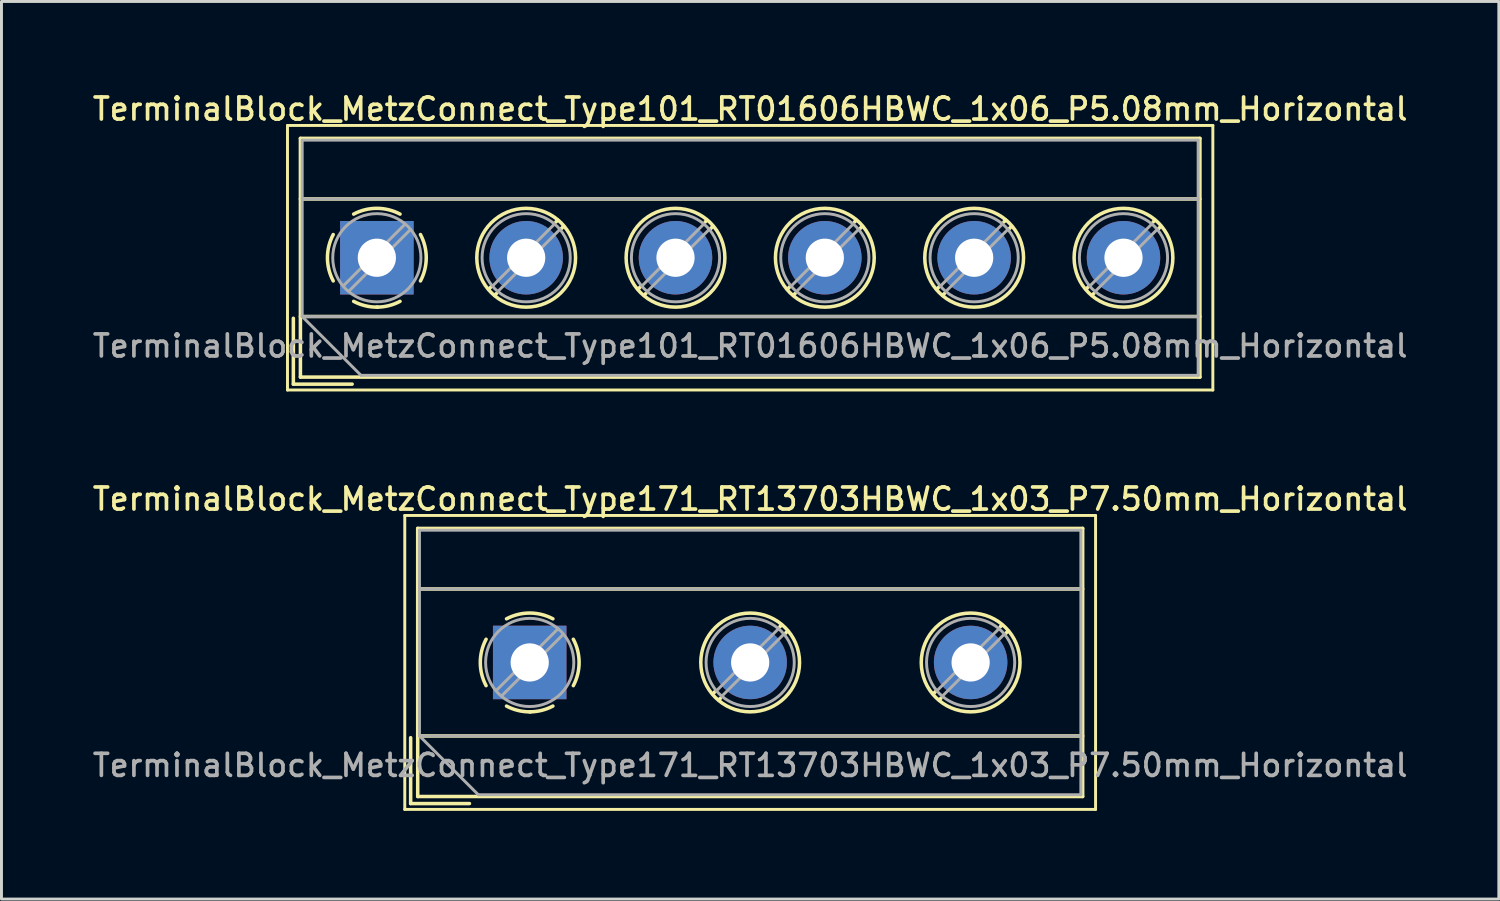
<source format=kicad_pcb>
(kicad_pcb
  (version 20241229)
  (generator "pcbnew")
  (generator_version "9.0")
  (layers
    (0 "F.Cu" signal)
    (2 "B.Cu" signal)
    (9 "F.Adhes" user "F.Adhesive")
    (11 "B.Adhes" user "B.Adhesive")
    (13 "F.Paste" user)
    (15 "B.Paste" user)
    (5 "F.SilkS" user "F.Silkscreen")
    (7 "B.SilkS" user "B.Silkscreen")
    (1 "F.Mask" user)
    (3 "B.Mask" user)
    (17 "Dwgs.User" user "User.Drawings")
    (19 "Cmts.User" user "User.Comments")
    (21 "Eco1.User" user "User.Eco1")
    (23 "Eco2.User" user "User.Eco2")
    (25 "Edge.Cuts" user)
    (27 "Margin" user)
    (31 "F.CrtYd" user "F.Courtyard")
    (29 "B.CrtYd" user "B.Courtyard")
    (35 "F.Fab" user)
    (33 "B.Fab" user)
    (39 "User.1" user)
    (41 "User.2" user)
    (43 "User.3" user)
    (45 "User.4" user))
  (footprint "TerminalBlock_MetzConnect_Type171_RT13703HBWC_1x03_P7.50mm_Horizontal"
    (layer "F.Cu")
    (at 14.97 19.486)
    (property "Reference" "TerminalBlock_MetzConnect_Type171_RT13703HBWC_1x03_P7.50mm_Horizontal" (at 7.5 -5.56 0) (layer "F.SilkS") (effects (font (size 0.75 0.75) (thickness 0.125))))
    (attr through_hole)
    (fp_line (start -4.25 -5) (end -4.25 5) (stroke (width 0.1) (type solid)) (layer "F.SilkS"))
    (fp_line (start -4.25 5) (end 19.25 5) (stroke (width 0.1) (type solid)) (layer "F.SilkS"))
    (fp_line (start -4.05 2.56) (end -4.05 4.8) (stroke (width 0.12) (type solid)) (layer "F.SilkS"))
    (fp_line (start -4.05 4.8) (end -2.05 4.8) (stroke (width 0.12) (type solid)) (layer "F.SilkS"))
    (fp_line (start -3.81 -4.56) (end -3.81 4.56) (stroke (width 0.12) (type solid)) (layer "F.SilkS"))
    (fp_line (start -3.81 -4.56) (end 18.811 -4.56) (stroke (width 0.12) (type solid)) (layer "F.SilkS"))
    (fp_line (start -3.81 -2.5) (end 18.811 -2.5) (stroke (width 0.12) (type solid)) (layer "F.SilkS"))
    (fp_line (start -3.81 2.5) (end 18.811 2.5) (stroke (width 0.12) (type solid)) (layer "F.SilkS"))
    (fp_line (start -3.81 4.56) (end 18.811 4.56) (stroke (width 0.12) (type solid)) (layer "F.SilkS"))
    (fp_line (start 6.32 0.976) (end 6.226 1.069) (stroke (width 0.12) (type solid)) (layer "F.SilkS"))
    (fp_line (start 6.49 1.216) (end 6.431 1.274) (stroke (width 0.12) (type solid)) (layer "F.SilkS"))
    (fp_line (start 8.57 -1.275) (end 8.511 -1.216) (stroke (width 0.12) (type solid)) (layer "F.SilkS"))
    (fp_line (start 8.775 -1.069) (end 8.681 -0.976) (stroke (width 0.12) (type solid)) (layer "F.SilkS"))
    (fp_line (start 13.82 0.976) (end 13.726 1.069) (stroke (width 0.12) (type solid)) (layer "F.SilkS"))
    (fp_line (start 13.99 1.216) (end 13.931 1.274) (stroke (width 0.12) (type solid)) (layer "F.SilkS"))
    (fp_line (start 16.07 -1.275) (end 16.011 -1.216) (stroke (width 0.12) (type solid)) (layer "F.SilkS"))
    (fp_line (start 16.275 -1.069) (end 16.181 -0.976) (stroke (width 0.12) (type solid)) (layer "F.SilkS"))
    (fp_line (start 18.811 -4.56) (end 18.811 4.56) (stroke (width 0.12) (type solid)) (layer "F.SilkS"))
    (fp_line (start 19.25 -5) (end -4.25 -5) (stroke (width 0.1) (type solid)) (layer "F.SilkS"))
    (fp_line (start 19.25 5) (end 19.25 -5) (stroke (width 0.1) (type solid)) (layer "F.SilkS"))
    (fp_arc (start -1.483953 0.789089) (mid -1.680708 0.00005) (end -1.484 -0.789) (stroke (width 0.12) (type solid)) (layer "F.SilkS"))
    (fp_arc (start -0.789089 -1.483953) (mid -0.00005 -1.680708) (end 0.789 -1.484) (stroke (width 0.12) (type solid)) (layer "F.SilkS"))
    (fp_arc (start 0.029383 1.68045) (mid -0.392304 1.634281) (end -0.789 1.484) (stroke (width 0.12) (type solid)) (layer "F.SilkS"))
    (fp_arc (start 0.788712 1.483352) (mid 0.406429 1.630097) (end 0 1.68) (stroke (width 0.12) (type solid)) (layer "F.SilkS"))
    (fp_arc (start 1.483953 -0.789089) (mid 1.680708 -0.00005) (end 1.484 0.789) (stroke (width 0.12) (type solid)) (layer "F.SilkS"))
    (fp_circle (center 7.5 0) (end 9.18 0) (stroke (width 0.12) (type solid)) (fill no) (layer "F.SilkS"))
    (fp_circle (center 15 0) (end 16.68 0) (stroke (width 0.12) (type solid)) (fill no) (layer "F.SilkS"))
    (fp_line (start -3.75 -4.5) (end 18.75 -4.5) (stroke (width 0.1) (type solid)) (layer "F.Fab"))
    (fp_line (start -3.75 -2.5) (end 18.75 -2.5) (stroke (width 0.1) (type solid)) (layer "F.Fab"))
    (fp_line (start -3.75 2.5) (end -3.75 -4.5) (stroke (width 0.1) (type solid)) (layer "F.Fab"))
    (fp_line (start -3.75 2.5) (end 18.75 2.5) (stroke (width 0.1) (type solid)) (layer "F.Fab"))
    (fp_line (start -1.75 4.5) (end -3.75 2.5) (stroke (width 0.1) (type solid)) (layer "F.Fab"))
    (fp_line (start 0.955 -1.138) (end -1.138 0.955) (stroke (width 0.1) (type solid)) (layer "F.Fab"))
    (fp_line (start 1.138 -0.955) (end -0.955 1.138) (stroke (width 0.1) (type solid)) (layer "F.Fab"))
    (fp_line (start 8.455 -1.138) (end 6.363 0.955) (stroke (width 0.1) (type solid)) (layer "F.Fab"))
    (fp_line (start 8.638 -0.955) (end 6.546 1.138) (stroke (width 0.1) (type solid)) (layer "F.Fab"))
    (fp_line (start 15.955 -1.138) (end 13.863 0.955) (stroke (width 0.1) (type solid)) (layer "F.Fab"))
    (fp_line (start 16.138 -0.955) (end 14.046 1.138) (stroke (width 0.1) (type solid)) (layer "F.Fab"))
    (fp_line (start 18.75 -4.5) (end 18.75 4.5) (stroke (width 0.1) (type solid)) (layer "F.Fab"))
    (fp_line (start 18.75 4.5) (end -1.75 4.5) (stroke (width 0.1) (type solid)) (layer "F.Fab"))
    (fp_circle (center 0 0) (end 1.5 0) (stroke (width 0.1) (type solid)) (fill no) (layer "F.Fab"))
    (fp_circle (center 7.5 0) (end 9 0) (stroke (width 0.1) (type solid)) (fill no) (layer "F.Fab"))
    (fp_circle (center 15 0) (end 16.5 0) (stroke (width 0.1) (type solid)) (fill no) (layer "F.Fab"))
    (fp_text user "${REFERENCE}" (at 7.5 3.5 0) (layer "F.Fab") (effects (font (size 0.75 0.75) (thickness 0.125))))
    (pad "1" thru_hole rect (at 0 0) (size 2.5 2.5) (drill 1.3) (layers "*.Cu" "*.Mask"))
    (pad "2" thru_hole circle (at 7.5 0) (size 2.5 2.5) (drill 1.3) (layers "*.Cu" "*.Mask"))
    (pad "3" thru_hole circle (at 15 0) (size 2.5 2.5) (drill 1.3) (layers "*.Cu" "*.Mask")))
  (footprint "TerminalBlock_MetzConnect_Type101_RT01606HBWC_1x06_P5.08mm_Horizontal"
    (layer "F.Cu")
    (at 9.77 5.718)
    (property "Reference" "TerminalBlock_MetzConnect_Type101_RT01606HBWC_1x06_P5.08mm_Horizontal" (at 12.7 -5.06 0) (layer "F.SilkS") (effects (font (size 0.75 0.75) (thickness 0.125))))
    (attr through_hole)
    (fp_line (start -3.04 -4.5) (end -3.04 4.5) (stroke (width 0.1) (type solid)) (layer "F.SilkS"))
    (fp_line (start -3.04 4.5) (end 28.44 4.5) (stroke (width 0.1) (type solid)) (layer "F.SilkS"))
    (fp_line (start -2.84 2.06) (end -2.84 4.3) (stroke (width 0.12) (type solid)) (layer "F.SilkS"))
    (fp_line (start -2.84 4.3) (end -0.84 4.3) (stroke (width 0.12) (type solid)) (layer "F.SilkS"))
    (fp_line (start -2.6 -4.06) (end -2.6 4.06) (stroke (width 0.12) (type solid)) (layer "F.SilkS"))
    (fp_line (start -2.6 -4.06) (end 28 -4.06) (stroke (width 0.12) (type solid)) (layer "F.SilkS"))
    (fp_line (start -2.6 -2) (end 28 -2) (stroke (width 0.12) (type solid)) (layer "F.SilkS"))
    (fp_line (start -2.6 2) (end 28 2) (stroke (width 0.12) (type solid)) (layer "F.SilkS"))
    (fp_line (start -2.6 4.06) (end 28 4.06) (stroke (width 0.12) (type solid)) (layer "F.SilkS"))
    (fp_line (start 3.9 0.976) (end 3.806 1.069) (stroke (width 0.12) (type solid)) (layer "F.SilkS"))
    (fp_line (start 4.07 1.216) (end 4.011 1.274) (stroke (width 0.12) (type solid)) (layer "F.SilkS"))
    (fp_line (start 6.15 -1.275) (end 6.091 -1.216) (stroke (width 0.12) (type solid)) (layer "F.SilkS"))
    (fp_line (start 6.355 -1.069) (end 6.261 -0.976) (stroke (width 0.12) (type solid)) (layer "F.SilkS"))
    (fp_line (start 8.98 0.976) (end 8.886 1.069) (stroke (width 0.12) (type solid)) (layer "F.SilkS"))
    (fp_line (start 9.15 1.216) (end 9.091 1.274) (stroke (width 0.12) (type solid)) (layer "F.SilkS"))
    (fp_line (start 11.23 -1.275) (end 11.171 -1.216) (stroke (width 0.12) (type solid)) (layer "F.SilkS"))
    (fp_line (start 11.435 -1.069) (end 11.341 -0.976) (stroke (width 0.12) (type solid)) (layer "F.SilkS"))
    (fp_line (start 14.06 0.976) (end 13.966 1.069) (stroke (width 0.12) (type solid)) (layer "F.SilkS"))
    (fp_line (start 14.23 1.216) (end 14.171 1.274) (stroke (width 0.12) (type solid)) (layer "F.SilkS"))
    (fp_line (start 16.31 -1.275) (end 16.251 -1.216) (stroke (width 0.12) (type solid)) (layer "F.SilkS"))
    (fp_line (start 16.515 -1.069) (end 16.421 -0.976) (stroke (width 0.12) (type solid)) (layer "F.SilkS"))
    (fp_line (start 19.14 0.976) (end 19.046 1.069) (stroke (width 0.12) (type solid)) (layer "F.SilkS"))
    (fp_line (start 19.31 1.216) (end 19.251 1.274) (stroke (width 0.12) (type solid)) (layer "F.SilkS"))
    (fp_line (start 21.39 -1.275) (end 21.331 -1.216) (stroke (width 0.12) (type solid)) (layer "F.SilkS"))
    (fp_line (start 21.595 -1.069) (end 21.501 -0.976) (stroke (width 0.12) (type solid)) (layer "F.SilkS"))
    (fp_line (start 24.22 0.976) (end 24.126 1.069) (stroke (width 0.12) (type solid)) (layer "F.SilkS"))
    (fp_line (start 24.39 1.216) (end 24.331 1.274) (stroke (width 0.12) (type solid)) (layer "F.SilkS"))
    (fp_line (start 26.47 -1.275) (end 26.411 -1.216) (stroke (width 0.12) (type solid)) (layer "F.SilkS"))
    (fp_line (start 26.675 -1.069) (end 26.581 -0.976) (stroke (width 0.12) (type solid)) (layer "F.SilkS"))
    (fp_line (start 28 -4.06) (end 28 4.06) (stroke (width 0.12) (type solid)) (layer "F.SilkS"))
    (fp_line (start 28.44 -4.5) (end -3.04 -4.5) (stroke (width 0.1) (type solid)) (layer "F.SilkS"))
    (fp_line (start 28.44 4.5) (end 28.44 -4.5) (stroke (width 0.1) (type solid)) (layer "F.SilkS"))
    (fp_arc (start -1.483953 0.789089) (mid -1.680708 0.00005) (end -1.484 -0.789) (stroke (width 0.12) (type solid)) (layer "F.SilkS"))
    (fp_arc (start -0.789089 -1.483953) (mid -0.00005 -1.680708) (end 0.789 -1.484) (stroke (width 0.12) (type solid)) (layer "F.SilkS"))
    (fp_arc (start 0.029383 1.68045) (mid -0.392304 1.634281) (end -0.789 1.484) (stroke (width 0.12) (type solid)) (layer "F.SilkS"))
    (fp_arc (start 0.788712 1.483352) (mid 0.406429 1.630097) (end 0 1.68) (stroke (width 0.12) (type solid)) (layer "F.SilkS"))
    (fp_arc (start 1.483953 -0.789089) (mid 1.680708 -0.00005) (end 1.484 0.789) (stroke (width 0.12) (type solid)) (layer "F.SilkS"))
    (fp_circle (center 5.08 0) (end 6.76 0) (stroke (width 0.12) (type solid)) (fill no) (layer "F.SilkS"))
    (fp_circle (center 10.16 0) (end 11.84 0) (stroke (width 0.12) (type solid)) (fill no) (layer "F.SilkS"))
    (fp_circle (center 15.24 0) (end 16.92 0) (stroke (width 0.12) (type solid)) (fill no) (layer "F.SilkS"))
    (fp_circle (center 20.32 0) (end 22 0) (stroke (width 0.12) (type solid)) (fill no) (layer "F.SilkS"))
    (fp_circle (center 25.4 0) (end 27.08 0) (stroke (width 0.12) (type solid)) (fill no) (layer "F.SilkS"))
    (fp_line (start -2.54 -4) (end 27.94 -4) (stroke (width 0.1) (type solid)) (layer "F.Fab"))
    (fp_line (start -2.54 -2) (end 27.94 -2) (stroke (width 0.1) (type solid)) (layer "F.Fab"))
    (fp_line (start -2.54 2) (end -2.54 -4) (stroke (width 0.1) (type solid)) (layer "F.Fab"))
    (fp_line (start -2.54 2) (end 27.94 2) (stroke (width 0.1) (type solid)) (layer "F.Fab"))
    (fp_line (start -0.54 4) (end -2.54 2) (stroke (width 0.1) (type solid)) (layer "F.Fab"))
    (fp_line (start 0.955 -1.138) (end -1.138 0.955) (stroke (width 0.1) (type solid)) (layer "F.Fab"))
    (fp_line (start 1.138 -0.955) (end -0.955 1.138) (stroke (width 0.1) (type solid)) (layer "F.Fab"))
    (fp_line (start 6.035 -1.138) (end 3.943 0.955) (stroke (width 0.1) (type solid)) (layer "F.Fab"))
    (fp_line (start 6.218 -0.955) (end 4.126 1.138) (stroke (width 0.1) (type solid)) (layer "F.Fab"))
    (fp_line (start 11.115 -1.138) (end 9.023 0.955) (stroke (width 0.1) (type solid)) (layer "F.Fab"))
    (fp_line (start 11.298 -0.955) (end 9.206 1.138) (stroke (width 0.1) (type solid)) (layer "F.Fab"))
    (fp_line (start 16.195 -1.138) (end 14.103 0.955) (stroke (width 0.1) (type solid)) (layer "F.Fab"))
    (fp_line (start 16.378 -0.955) (end 14.286 1.138) (stroke (width 0.1) (type solid)) (layer "F.Fab"))
    (fp_line (start 21.275 -1.138) (end 19.183 0.955) (stroke (width 0.1) (type solid)) (layer "F.Fab"))
    (fp_line (start 21.458 -0.955) (end 19.366 1.138) (stroke (width 0.1) (type solid)) (layer "F.Fab"))
    (fp_line (start 26.355 -1.138) (end 24.263 0.955) (stroke (width 0.1) (type solid)) (layer "F.Fab"))
    (fp_line (start 26.538 -0.955) (end 24.446 1.138) (stroke (width 0.1) (type solid)) (layer "F.Fab"))
    (fp_line (start 27.94 -4) (end 27.94 4) (stroke (width 0.1) (type solid)) (layer "F.Fab"))
    (fp_line (start 27.94 4) (end -0.54 4) (stroke (width 0.1) (type solid)) (layer "F.Fab"))
    (fp_circle (center 0 0) (end 1.5 0) (stroke (width 0.1) (type solid)) (fill no) (layer "F.Fab"))
    (fp_circle (center 5.08 0) (end 6.58 0) (stroke (width 0.1) (type solid)) (fill no) (layer "F.Fab"))
    (fp_circle (center 10.16 0) (end 11.66 0) (stroke (width 0.1) (type solid)) (fill no) (layer "F.Fab"))
    (fp_circle (center 15.24 0) (end 16.74 0) (stroke (width 0.1) (type solid)) (fill no) (layer "F.Fab"))
    (fp_circle (center 20.32 0) (end 21.82 0) (stroke (width 0.1) (type solid)) (fill no) (layer "F.Fab"))
    (fp_circle (center 25.4 0) (end 26.9 0) (stroke (width 0.1) (type solid)) (fill no) (layer "F.Fab"))
    (fp_text user "${REFERENCE}" (at 12.7 3 0) (layer "F.Fab") (effects (font (size 0.75 0.75) (thickness 0.125))))
    (pad "1" thru_hole rect (at 0 0) (size 2.5 2.5) (drill 1.3) (layers "*.Cu" "*.Mask"))
    (pad "2" thru_hole circle (at 5.08 0) (size 2.5 2.5) (drill 1.3) (layers "*.Cu" "*.Mask"))
    (pad "3" thru_hole circle (at 10.16 0) (size 2.5 2.5) (drill 1.3) (layers "*.Cu" "*.Mask"))
    (pad "4" thru_hole circle (at 15.24 0) (size 2.5 2.5) (drill 1.3) (layers "*.Cu" "*.Mask"))
    (pad "5" thru_hole circle (at 20.32 0) (size 2.5 2.5) (drill 1.3) (layers "*.Cu" "*.Mask"))
    (pad "6" thru_hole circle (at 25.4 0) (size 2.5 2.5) (drill 1.3) (layers "*.Cu" "*.Mask")))
  (gr_rect
    (start -3 -3)
    (end 47.939 27.536)
    (stroke (width 0.1) (type default))
    (fill no)
    (layer "Edge.Cuts")))
</source>
